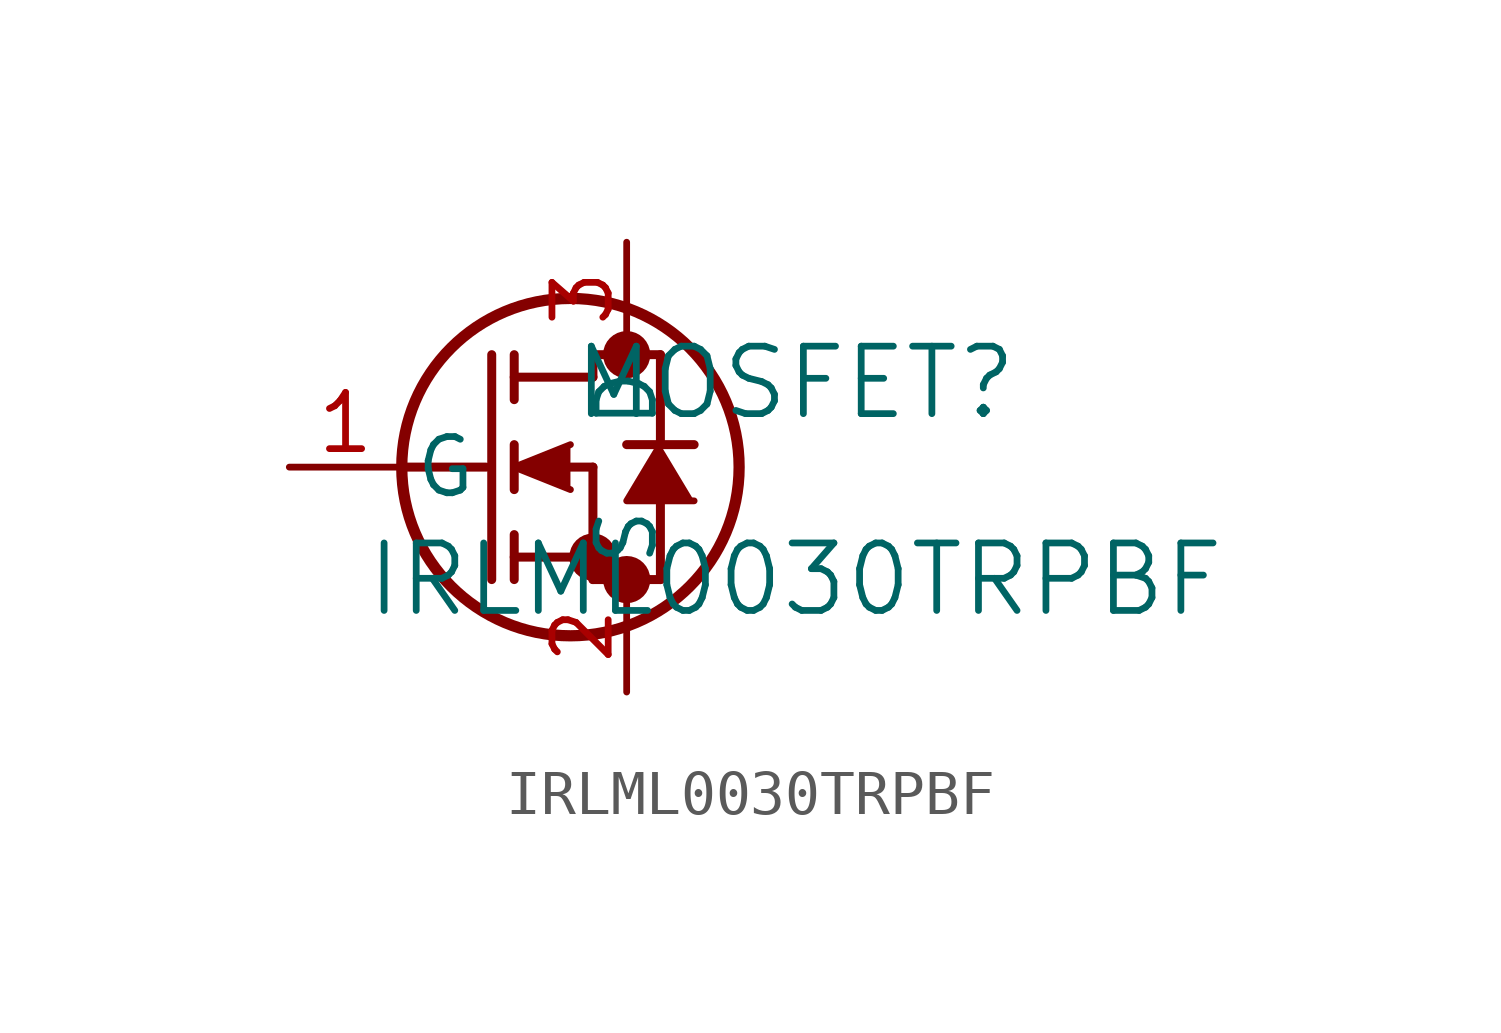
<source format=kicad_sym>
(kicad_symbol_lib
  (version 20211014)
  (generator kicad_symbol_editor)
  (symbol "IRLML0030TRPBF"
    (pin_names
      (offset 0.254))
    (property "Reference" "MOSFET"
      (at 11.43 1.905 0)
      (effects (font (size 1.524 1.524))))
    (property "Value" "IRLML0030TRPBF"
      (at 11.43 -2.54 0)
      (effects (font (size 1.524 1.524))))
    (symbol "IRLML0030TRPBF_0_1"
      (circle (center 7.62 2.54) (radius 0.025) (stroke (width 0.508) (type default) (color 0 0 0 0)) (fill (type none)))
      (circle (center 7.62 -2.54) (radius 0.025) (stroke (width 0.508) (type default) (color 0 0 0 0)) (fill (type none)))
      (circle (center 6.858 -2.032) (radius 0.025) (stroke (width 0.508) (type default) (color 0 0 0 0)) (fill (type none)))
      (circle (center 6.35 0) (radius 3.81) (stroke (width 0.254) (type default) (color 0 0 0 0)) (fill (type none)))
      (polyline (pts (xy 2.54 0) (xy 4.445 0)) (stroke (width 0.203) (type default) (color 0 0 0 0)) (fill (type none)))
      (polyline (pts (xy 4.572 -2.54) (xy 4.572 2.54)) (stroke (width 0.203) (type default) (color 0 0 0 0)) (fill (type none)))
      (polyline (pts (xy 5.08 -0.508) (xy 5.08 0.508)) (stroke (width 0.203) (type default) (color 0 0 0 0)) (fill (type none)))
      (polyline (pts (xy 5.08 -2.54) (xy 5.08 -1.524)) (stroke (width 0.203) (type default) (color 0 0 0 0)) (fill (type none)))
      (polyline (pts (xy 5.08 1.524) (xy 5.08 2.54)) (stroke (width 0.203) (type default) (color 0 0 0 0)) (fill (type none)))
      (polyline (pts (xy 6.35 0) (xy 6.858 0)) (stroke (width 0.203) (type default) (color 0 0 0 0)) (fill (type none)))
      (polyline (pts (xy 5.08 -2.032) (xy 6.858 -2.032)) (stroke (width 0.203) (type default) (color 0 0 0 0)) (fill (type none)))
      (polyline (pts (xy 6.858 -2.54) (xy 6.858 0)) (stroke (width 0.203) (type default) (color 0 0 0 0)) (fill (type none)))
      (polyline (pts (xy 6.858 -2.54) (xy 8.382 -2.54)) (stroke (width 0.203) (type default) (color 0 0 0 0)) (fill (type none)))
      (polyline (pts (xy 5.08 2.032) (xy 6.858 2.032)) (stroke (width 0.203) (type default) (color 0 0 0 0)) (fill (type none)))
      (polyline (pts (xy 8.382 0.508) (xy 8.382 2.54)) (stroke (width 0.203) (type default) (color 0 0 0 0)) (fill (type none)))
      (polyline (pts (xy 6.35 0.508) (xy 5.08 0) (xy 6.35 -0.508)) (stroke (width 0) (type default) (color 0 0 0 0)) (fill (type outline)))
      (polyline (pts (xy 9.144 -0.762) (xy 7.62 -0.762) (xy 8.382 0.508)) (stroke (width 0) (type default) (color 0 0 0 0)) (fill (type outline)))
      (polyline (pts (xy 8.382 -2.54) (xy 8.382 -0.762)) (stroke (width 0.203) (type default) (color 0 0 0 0)) (fill (type none)))
      (polyline (pts (xy 9.144 0.508) (xy 7.62 0.508)) (stroke (width 0.203) (type default) (color 0 0 0 0)) (fill (type none)))
      (polyline (pts (xy 6.858 2.54) (xy 8.382 2.54)) (stroke (width 0.203) (type default) (color 0 0 0 0)) (fill (type none)))
      (polyline (pts (xy 6.858 2.032) (xy 6.858 2.54)) (stroke (width 0.203) (type default) (color 0 0 0 0)) (fill (type none)))
      (pin unspecified line (at 0 0 0) (length 2.54) (name "G" (effects (font (size 1.27 1.27)))) (number "1" (effects (font (size 1.27 1.27)))))
      (pin unspecified line (at 7.62 -5.08 90) (length 2.54) (name "S" (effects (font (size 1.27 1.27)))) (number "2" (effects (font (size 1.27 1.27)))))
      (pin unspecified line (at 7.62 5.08 270) (length 2.54) (name "D" (effects (font (size 1.27 1.27)))) (number "3" (effects (font (size 1.27 1.27))))))))
</source>
